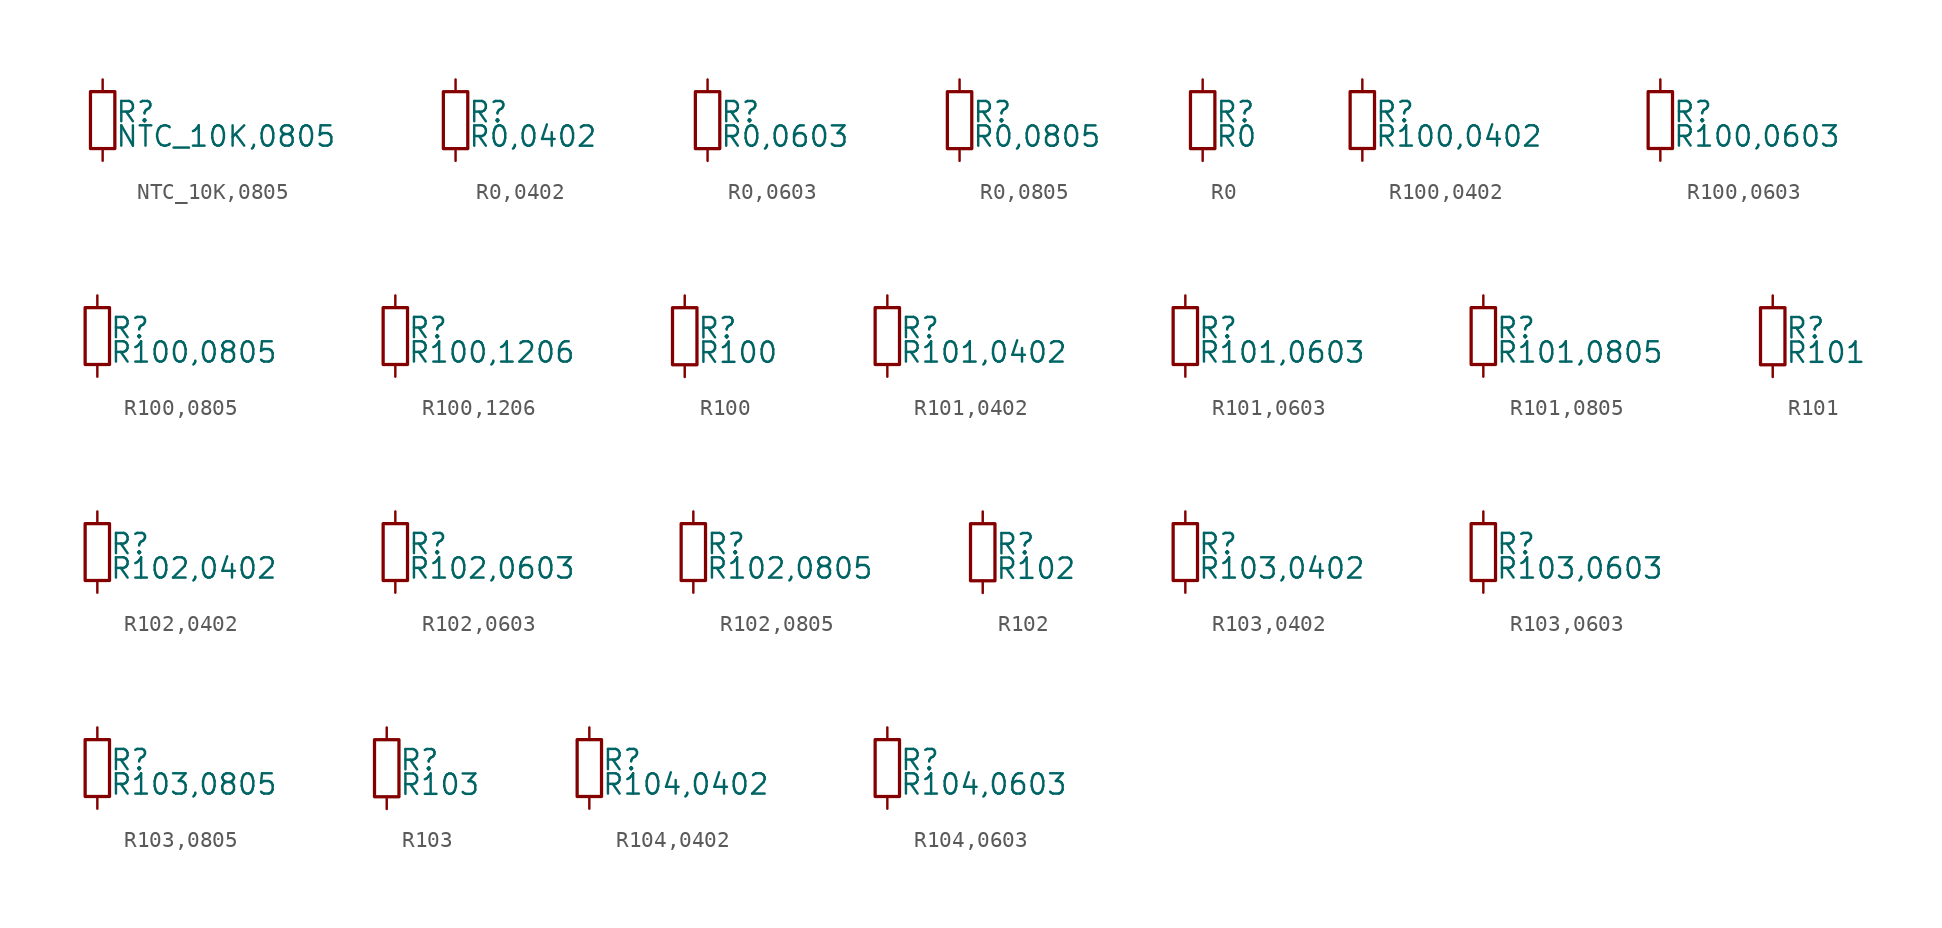
<source format=kicad_sym>
(kicad_symbol_lib
  (version 20211014)
  (generator kicad_symbol_editor)
  (symbol "NTC_10K,0805"
    (pin_numbers hide)
    (pin_names
      (offset 0.254) hide)
    (property "Reference" "R"
      (at 0.762 0.508 0)
      (effects (font (size 1.27 1.27)) (justify left)))
    (property "Value" "NTC_10K,0805"
      (at 0.762 -1.016 0)
      (effects (font (size 1.27 1.27)) (justify left)))
    (symbol "NTC_10K,0805_0_1"
      (rectangle (start -0.762 1.778) (end 0.762 -1.778) (stroke (width 0.203) (type default) (color 0 0 0 0)) (fill (type none))))
    (symbol "NTC_10K,0805_1_1"
      (pin passive line (at 0 2.54 270) (length 0.762) (name "~" (effects (font (size 1.27 1.27)))) (number "1" (effects (font (size 1.27 1.27)))))
      (pin passive line (at 0 -2.54 90) (length 0.762) (name "~" (effects (font (size 1.27 1.27)))) (number "2" (effects (font (size 1.27 1.27)))))))
  (symbol "R0,0402"
    (pin_numbers hide)
    (pin_names
      (offset 0.254) hide)
    (property "Reference" "R"
      (at 0.762 0.508 0)
      (effects (font (size 1.27 1.27)) (justify left)))
    (property "Value" "R0,0402"
      (at 0.762 -1.016 0)
      (effects (font (size 1.27 1.27)) (justify left)))
    (symbol "R0,0402_0_1"
      (rectangle (start -0.762 1.778) (end 0.762 -1.778) (stroke (width 0.203) (type default) (color 0 0 0 0)) (fill (type none))))
    (symbol "R0,0402_1_1"
      (pin passive line (at 0 2.54 270) (length 0.762) (name "~" (effects (font (size 1.27 1.27)))) (number "1" (effects (font (size 1.27 1.27)))))
      (pin passive line (at 0 -2.54 90) (length 0.762) (name "~" (effects (font (size 1.27 1.27)))) (number "2" (effects (font (size 1.27 1.27)))))))
  (symbol "R0,0603"
    (pin_numbers hide)
    (pin_names
      (offset 0.254) hide)
    (property "Reference" "R"
      (at 0.762 0.508 0)
      (effects (font (size 1.27 1.27)) (justify left)))
    (property "Value" "R0,0603"
      (at 0.762 -1.016 0)
      (effects (font (size 1.27 1.27)) (justify left)))
    (symbol "R0,0603_0_1"
      (rectangle (start -0.762 1.778) (end 0.762 -1.778) (stroke (width 0.203) (type default) (color 0 0 0 0)) (fill (type none))))
    (symbol "R0,0603_1_1"
      (pin passive line (at 0 2.54 270) (length 0.762) (name "~" (effects (font (size 1.27 1.27)))) (number "1" (effects (font (size 1.27 1.27)))))
      (pin passive line (at 0 -2.54 90) (length 0.762) (name "~" (effects (font (size 1.27 1.27)))) (number "2" (effects (font (size 1.27 1.27)))))))
  (symbol "R0,0805"
    (pin_numbers hide)
    (pin_names
      (offset 0.254) hide)
    (property "Reference" "R"
      (at 0.762 0.508 0)
      (effects (font (size 1.27 1.27)) (justify left)))
    (property "Value" "R0,0805"
      (at 0.762 -1.016 0)
      (effects (font (size 1.27 1.27)) (justify left)))
    (symbol "R0,0805_0_1"
      (rectangle (start -0.762 1.778) (end 0.762 -1.778) (stroke (width 0.203) (type default) (color 0 0 0 0)) (fill (type none))))
    (symbol "R0,0805_1_1"
      (pin passive line (at 0 2.54 270) (length 0.762) (name "~" (effects (font (size 1.27 1.27)))) (number "1" (effects (font (size 1.27 1.27)))))
      (pin passive line (at 0 -2.54 90) (length 0.762) (name "~" (effects (font (size 1.27 1.27)))) (number "2" (effects (font (size 1.27 1.27)))))))
  (symbol "R0"
    (pin_numbers hide)
    (pin_names
      (offset 0.254) hide)
    (property "Reference" "R"
      (at 0.762 0.508 0)
      (effects (font (size 1.27 1.27)) (justify left)))
    (property "Value" "R0"
      (at 0.762 -1.016 0)
      (effects (font (size 1.27 1.27)) (justify left)))
    (symbol "R0_0_1"
      (rectangle (start -0.762 1.778) (end 0.762 -1.778) (stroke (width 0.203) (type default) (color 0 0 0 0)) (fill (type none))))
    (symbol "R0_1_1"
      (pin passive line (at 0 2.54 270) (length 0.762) (name "~" (effects (font (size 1.27 1.27)))) (number "1" (effects (font (size 1.27 1.27)))))
      (pin passive line (at 0 -2.54 90) (length 0.762) (name "~" (effects (font (size 1.27 1.27)))) (number "2" (effects (font (size 1.27 1.27)))))))
  (symbol "R100,0402"
    (pin_numbers hide)
    (pin_names
      (offset 0.254) hide)
    (property "Reference" "R"
      (at 0.762 0.508 0)
      (effects (font (size 1.27 1.27)) (justify left)))
    (property "Value" "R100,0402"
      (at 0.762 -1.016 0)
      (effects (font (size 1.27 1.27)) (justify left)))
    (symbol "R100,0402_0_1"
      (rectangle (start -0.762 1.778) (end 0.762 -1.778) (stroke (width 0.203) (type default) (color 0 0 0 0)) (fill (type none))))
    (symbol "R100,0402_1_1"
      (pin passive line (at 0 2.54 270) (length 0.762) (name "~" (effects (font (size 1.27 1.27)))) (number "1" (effects (font (size 1.27 1.27)))))
      (pin passive line (at 0 -2.54 90) (length 0.762) (name "~" (effects (font (size 1.27 1.27)))) (number "2" (effects (font (size 1.27 1.27)))))))
  (symbol "R100,0603"
    (pin_numbers hide)
    (pin_names
      (offset 0.254) hide)
    (property "Reference" "R"
      (at 0.762 0.508 0)
      (effects (font (size 1.27 1.27)) (justify left)))
    (property "Value" "R100,0603"
      (at 0.762 -1.016 0)
      (effects (font (size 1.27 1.27)) (justify left)))
    (symbol "R100,0603_0_1"
      (rectangle (start -0.762 1.778) (end 0.762 -1.778) (stroke (width 0.203) (type default) (color 0 0 0 0)) (fill (type none))))
    (symbol "R100,0603_1_1"
      (pin passive line (at 0 2.54 270) (length 0.762) (name "~" (effects (font (size 1.27 1.27)))) (number "1" (effects (font (size 1.27 1.27)))))
      (pin passive line (at 0 -2.54 90) (length 0.762) (name "~" (effects (font (size 1.27 1.27)))) (number "2" (effects (font (size 1.27 1.27)))))))
  (symbol "R100,0805"
    (pin_numbers hide)
    (pin_names
      (offset 0.254) hide)
    (property "Reference" "R"
      (at 0.762 0.508 0)
      (effects (font (size 1.27 1.27)) (justify left)))
    (property "Value" "R100,0805"
      (at 0.762 -1.016 0)
      (effects (font (size 1.27 1.27)) (justify left)))
    (symbol "R100,0805_0_1"
      (rectangle (start -0.762 1.778) (end 0.762 -1.778) (stroke (width 0.203) (type default) (color 0 0 0 0)) (fill (type none))))
    (symbol "R100,0805_1_1"
      (pin passive line (at 0 2.54 270) (length 0.762) (name "~" (effects (font (size 1.27 1.27)))) (number "1" (effects (font (size 1.27 1.27)))))
      (pin passive line (at 0 -2.54 90) (length 0.762) (name "~" (effects (font (size 1.27 1.27)))) (number "2" (effects (font (size 1.27 1.27)))))))
  (symbol "R100,1206"
    (pin_numbers hide)
    (pin_names
      (offset 0.254) hide)
    (property "Reference" "R"
      (at 0.762 0.508 0)
      (effects (font (size 1.27 1.27)) (justify left)))
    (property "Value" "R100,1206"
      (at 0.762 -1.016 0)
      (effects (font (size 1.27 1.27)) (justify left)))
    (symbol "R100,1206_0_1"
      (rectangle (start -0.762 1.778) (end 0.762 -1.778) (stroke (width 0.203) (type default) (color 0 0 0 0)) (fill (type none))))
    (symbol "R100,1206_1_1"
      (pin passive line (at 0 2.54 270) (length 0.762) (name "~" (effects (font (size 1.27 1.27)))) (number "1" (effects (font (size 1.27 1.27)))))
      (pin passive line (at 0 -2.54 90) (length 0.762) (name "~" (effects (font (size 1.27 1.27)))) (number "2" (effects (font (size 1.27 1.27)))))))
  (symbol "R100"
    (pin_numbers hide)
    (pin_names
      (offset 0.254) hide)
    (property "Reference" "R"
      (at 0.762 0.508 0)
      (effects (font (size 1.27 1.27)) (justify left)))
    (property "Value" "R100"
      (at 0.762 -1.016 0)
      (effects (font (size 1.27 1.27)) (justify left)))
    (symbol "R100_0_1"
      (rectangle (start -0.762 1.778) (end 0.762 -1.778) (stroke (width 0.203) (type default) (color 0 0 0 0)) (fill (type none))))
    (symbol "R100_1_1"
      (pin passive line (at 0 2.54 270) (length 0.762) (name "~" (effects (font (size 1.27 1.27)))) (number "1" (effects (font (size 1.27 1.27)))))
      (pin passive line (at 0 -2.54 90) (length 0.762) (name "~" (effects (font (size 1.27 1.27)))) (number "2" (effects (font (size 1.27 1.27)))))))
  (symbol "R101,0402"
    (pin_numbers hide)
    (pin_names
      (offset 0.254) hide)
    (property "Reference" "R"
      (at 0.762 0.508 0)
      (effects (font (size 1.27 1.27)) (justify left)))
    (property "Value" "R101,0402"
      (at 0.762 -1.016 0)
      (effects (font (size 1.27 1.27)) (justify left)))
    (symbol "R101,0402_0_1"
      (rectangle (start -0.762 1.778) (end 0.762 -1.778) (stroke (width 0.203) (type default) (color 0 0 0 0)) (fill (type none))))
    (symbol "R101,0402_1_1"
      (pin passive line (at 0 2.54 270) (length 0.762) (name "~" (effects (font (size 1.27 1.27)))) (number "1" (effects (font (size 1.27 1.27)))))
      (pin passive line (at 0 -2.54 90) (length 0.762) (name "~" (effects (font (size 1.27 1.27)))) (number "2" (effects (font (size 1.27 1.27)))))))
  (symbol "R101,0603"
    (pin_numbers hide)
    (pin_names
      (offset 0.254) hide)
    (property "Reference" "R"
      (at 0.762 0.508 0)
      (effects (font (size 1.27 1.27)) (justify left)))
    (property "Value" "R101,0603"
      (at 0.762 -1.016 0)
      (effects (font (size 1.27 1.27)) (justify left)))
    (symbol "R101,0603_0_1"
      (rectangle (start -0.762 1.778) (end 0.762 -1.778) (stroke (width 0.203) (type default) (color 0 0 0 0)) (fill (type none))))
    (symbol "R101,0603_1_1"
      (pin passive line (at 0 2.54 270) (length 0.762) (name "~" (effects (font (size 1.27 1.27)))) (number "1" (effects (font (size 1.27 1.27)))))
      (pin passive line (at 0 -2.54 90) (length 0.762) (name "~" (effects (font (size 1.27 1.27)))) (number "2" (effects (font (size 1.27 1.27)))))))
  (symbol "R101,0805"
    (pin_numbers hide)
    (pin_names
      (offset 0.254) hide)
    (property "Reference" "R"
      (at 0.762 0.508 0)
      (effects (font (size 1.27 1.27)) (justify left)))
    (property "Value" "R101,0805"
      (at 0.762 -1.016 0)
      (effects (font (size 1.27 1.27)) (justify left)))
    (symbol "R101,0805_0_1"
      (rectangle (start -0.762 1.778) (end 0.762 -1.778) (stroke (width 0.203) (type default) (color 0 0 0 0)) (fill (type none))))
    (symbol "R101,0805_1_1"
      (pin passive line (at 0 2.54 270) (length 0.762) (name "~" (effects (font (size 1.27 1.27)))) (number "1" (effects (font (size 1.27 1.27)))))
      (pin passive line (at 0 -2.54 90) (length 0.762) (name "~" (effects (font (size 1.27 1.27)))) (number "2" (effects (font (size 1.27 1.27)))))))
  (symbol "R101"
    (pin_numbers hide)
    (pin_names
      (offset 0.254) hide)
    (property "Reference" "R"
      (at 0.762 0.508 0)
      (effects (font (size 1.27 1.27)) (justify left)))
    (property "Value" "R101"
      (at 0.762 -1.016 0)
      (effects (font (size 1.27 1.27)) (justify left)))
    (symbol "R101_0_1"
      (rectangle (start -0.762 1.778) (end 0.762 -1.778) (stroke (width 0.203) (type default) (color 0 0 0 0)) (fill (type none))))
    (symbol "R101_1_1"
      (pin passive line (at 0 2.54 270) (length 0.762) (name "~" (effects (font (size 1.27 1.27)))) (number "1" (effects (font (size 1.27 1.27)))))
      (pin passive line (at 0 -2.54 90) (length 0.762) (name "~" (effects (font (size 1.27 1.27)))) (number "2" (effects (font (size 1.27 1.27)))))))
  (symbol "R102,0402"
    (pin_numbers hide)
    (pin_names
      (offset 0.254) hide)
    (property "Reference" "R"
      (at 0.762 0.508 0)
      (effects (font (size 1.27 1.27)) (justify left)))
    (property "Value" "R102,0402"
      (at 0.762 -1.016 0)
      (effects (font (size 1.27 1.27)) (justify left)))
    (symbol "R102,0402_0_1"
      (rectangle (start -0.762 1.778) (end 0.762 -1.778) (stroke (width 0.203) (type default) (color 0 0 0 0)) (fill (type none))))
    (symbol "R102,0402_1_1"
      (pin passive line (at 0 2.54 270) (length 0.762) (name "~" (effects (font (size 1.27 1.27)))) (number "1" (effects (font (size 1.27 1.27)))))
      (pin passive line (at 0 -2.54 90) (length 0.762) (name "~" (effects (font (size 1.27 1.27)))) (number "2" (effects (font (size 1.27 1.27)))))))
  (symbol "R102,0603"
    (pin_numbers hide)
    (pin_names
      (offset 0.254) hide)
    (property "Reference" "R"
      (at 0.762 0.508 0)
      (effects (font (size 1.27 1.27)) (justify left)))
    (property "Value" "R102,0603"
      (at 0.762 -1.016 0)
      (effects (font (size 1.27 1.27)) (justify left)))
    (symbol "R102,0603_0_1"
      (rectangle (start -0.762 1.778) (end 0.762 -1.778) (stroke (width 0.203) (type default) (color 0 0 0 0)) (fill (type none))))
    (symbol "R102,0603_1_1"
      (pin passive line (at 0 2.54 270) (length 0.762) (name "~" (effects (font (size 1.27 1.27)))) (number "1" (effects (font (size 1.27 1.27)))))
      (pin passive line (at 0 -2.54 90) (length 0.762) (name "~" (effects (font (size 1.27 1.27)))) (number "2" (effects (font (size 1.27 1.27)))))))
  (symbol "R102,0805"
    (pin_numbers hide)
    (pin_names
      (offset 0.254) hide)
    (property "Reference" "R"
      (at 0.762 0.508 0)
      (effects (font (size 1.27 1.27)) (justify left)))
    (property "Value" "R102,0805"
      (at 0.762 -1.016 0)
      (effects (font (size 1.27 1.27)) (justify left)))
    (symbol "R102,0805_0_1"
      (rectangle (start -0.762 1.778) (end 0.762 -1.778) (stroke (width 0.203) (type default) (color 0 0 0 0)) (fill (type none))))
    (symbol "R102,0805_1_1"
      (pin passive line (at 0 2.54 270) (length 0.762) (name "~" (effects (font (size 1.27 1.27)))) (number "1" (effects (font (size 1.27 1.27)))))
      (pin passive line (at 0 -2.54 90) (length 0.762) (name "~" (effects (font (size 1.27 1.27)))) (number "2" (effects (font (size 1.27 1.27)))))))
  (symbol "R102"
    (pin_numbers hide)
    (pin_names
      (offset 0.254) hide)
    (property "Reference" "R"
      (at 0.762 0.508 0)
      (effects (font (size 1.27 1.27)) (justify left)))
    (property "Value" "R102"
      (at 0.762 -1.016 0)
      (effects (font (size 1.27 1.27)) (justify left)))
    (symbol "R102_0_1"
      (rectangle (start -0.762 1.778) (end 0.762 -1.778) (stroke (width 0.203) (type default) (color 0 0 0 0)) (fill (type none))))
    (symbol "R102_1_1"
      (pin passive line (at 0 2.54 270) (length 0.762) (name "~" (effects (font (size 1.27 1.27)))) (number "1" (effects (font (size 1.27 1.27)))))
      (pin passive line (at 0 -2.54 90) (length 0.762) (name "~" (effects (font (size 1.27 1.27)))) (number "2" (effects (font (size 1.27 1.27)))))))
  (symbol "R103,0402"
    (pin_numbers hide)
    (pin_names
      (offset 0.254) hide)
    (property "Reference" "R"
      (at 0.762 0.508 0)
      (effects (font (size 1.27 1.27)) (justify left)))
    (property "Value" "R103,0402"
      (at 0.762 -1.016 0)
      (effects (font (size 1.27 1.27)) (justify left)))
    (symbol "R103,0402_0_1"
      (rectangle (start -0.762 1.778) (end 0.762 -1.778) (stroke (width 0.203) (type default) (color 0 0 0 0)) (fill (type none))))
    (symbol "R103,0402_1_1"
      (pin passive line (at 0 2.54 270) (length 0.762) (name "~" (effects (font (size 1.27 1.27)))) (number "1" (effects (font (size 1.27 1.27)))))
      (pin passive line (at 0 -2.54 90) (length 0.762) (name "~" (effects (font (size 1.27 1.27)))) (number "2" (effects (font (size 1.27 1.27)))))))
  (symbol "R103,0603"
    (pin_numbers hide)
    (pin_names
      (offset 0.254) hide)
    (property "Reference" "R"
      (at 0.762 0.508 0)
      (effects (font (size 1.27 1.27)) (justify left)))
    (property "Value" "R103,0603"
      (at 0.762 -1.016 0)
      (effects (font (size 1.27 1.27)) (justify left)))
    (symbol "R103,0603_0_1"
      (rectangle (start -0.762 1.778) (end 0.762 -1.778) (stroke (width 0.203) (type default) (color 0 0 0 0)) (fill (type none))))
    (symbol "R103,0603_1_1"
      (pin passive line (at 0 2.54 270) (length 0.762) (name "~" (effects (font (size 1.27 1.27)))) (number "1" (effects (font (size 1.27 1.27)))))
      (pin passive line (at 0 -2.54 90) (length 0.762) (name "~" (effects (font (size 1.27 1.27)))) (number "2" (effects (font (size 1.27 1.27)))))))
  (symbol "R103,0805"
    (pin_numbers hide)
    (pin_names
      (offset 0.254) hide)
    (property "Reference" "R"
      (at 0.762 0.508 0)
      (effects (font (size 1.27 1.27)) (justify left)))
    (property "Value" "R103,0805"
      (at 0.762 -1.016 0)
      (effects (font (size 1.27 1.27)) (justify left)))
    (symbol "R103,0805_0_1"
      (rectangle (start -0.762 1.778) (end 0.762 -1.778) (stroke (width 0.203) (type default) (color 0 0 0 0)) (fill (type none))))
    (symbol "R103,0805_1_1"
      (pin passive line (at 0 2.54 270) (length 0.762) (name "~" (effects (font (size 1.27 1.27)))) (number "1" (effects (font (size 1.27 1.27)))))
      (pin passive line (at 0 -2.54 90) (length 0.762) (name "~" (effects (font (size 1.27 1.27)))) (number "2" (effects (font (size 1.27 1.27)))))))
  (symbol "R103"
    (pin_numbers hide)
    (pin_names
      (offset 0.254) hide)
    (property "Reference" "R"
      (at 0.762 0.508 0)
      (effects (font (size 1.27 1.27)) (justify left)))
    (property "Value" "R103"
      (at 0.762 -1.016 0)
      (effects (font (size 1.27 1.27)) (justify left)))
    (symbol "R103_0_1"
      (rectangle (start -0.762 1.778) (end 0.762 -1.778) (stroke (width 0.203) (type default) (color 0 0 0 0)) (fill (type none))))
    (symbol "R103_1_1"
      (pin passive line (at 0 2.54 270) (length 0.762) (name "~" (effects (font (size 1.27 1.27)))) (number "1" (effects (font (size 1.27 1.27)))))
      (pin passive line (at 0 -2.54 90) (length 0.762) (name "~" (effects (font (size 1.27 1.27)))) (number "2" (effects (font (size 1.27 1.27)))))))
  (symbol "R104,0402"
    (pin_numbers hide)
    (pin_names
      (offset 0.254) hide)
    (property "Reference" "R"
      (at 0.762 0.508 0)
      (effects (font (size 1.27 1.27)) (justify left)))
    (property "Value" "R104,0402"
      (at 0.762 -1.016 0)
      (effects (font (size 1.27 1.27)) (justify left)))
    (symbol "R104,0402_0_1"
      (rectangle (start -0.762 1.778) (end 0.762 -1.778) (stroke (width 0.203) (type default) (color 0 0 0 0)) (fill (type none))))
    (symbol "R104,0402_1_1"
      (pin passive line (at 0 2.54 270) (length 0.762) (name "~" (effects (font (size 1.27 1.27)))) (number "1" (effects (font (size 1.27 1.27)))))
      (pin passive line (at 0 -2.54 90) (length 0.762) (name "~" (effects (font (size 1.27 1.27)))) (number "2" (effects (font (size 1.27 1.27)))))))
  (symbol "R104,0603"
    (pin_numbers hide)
    (pin_names
      (offset 0.254) hide)
    (property "Reference" "R"
      (at 0.762 0.508 0)
      (effects (font (size 1.27 1.27)) (justify left)))
    (property "Value" "R104,0603"
      (at 0.762 -1.016 0)
      (effects (font (size 1.27 1.27)) (justify left)))
    (symbol "R104,0603_0_1"
      (rectangle (start -0.762 1.778) (end 0.762 -1.778) (stroke (width 0.203) (type default) (color 0 0 0 0)) (fill (type none))))
    (symbol "R104,0603_1_1"
      (pin passive line (at 0 2.54 270) (length 0.762) (name "~" (effects (font (size 1.27 1.27)))) (number "1" (effects (font (size 1.27 1.27)))))
      (pin passive line (at 0 -2.54 90) (length 0.762) (name "~" (effects (font (size 1.27 1.27)))) (number "2" (effects (font (size 1.27 1.27))))))))
</source>
